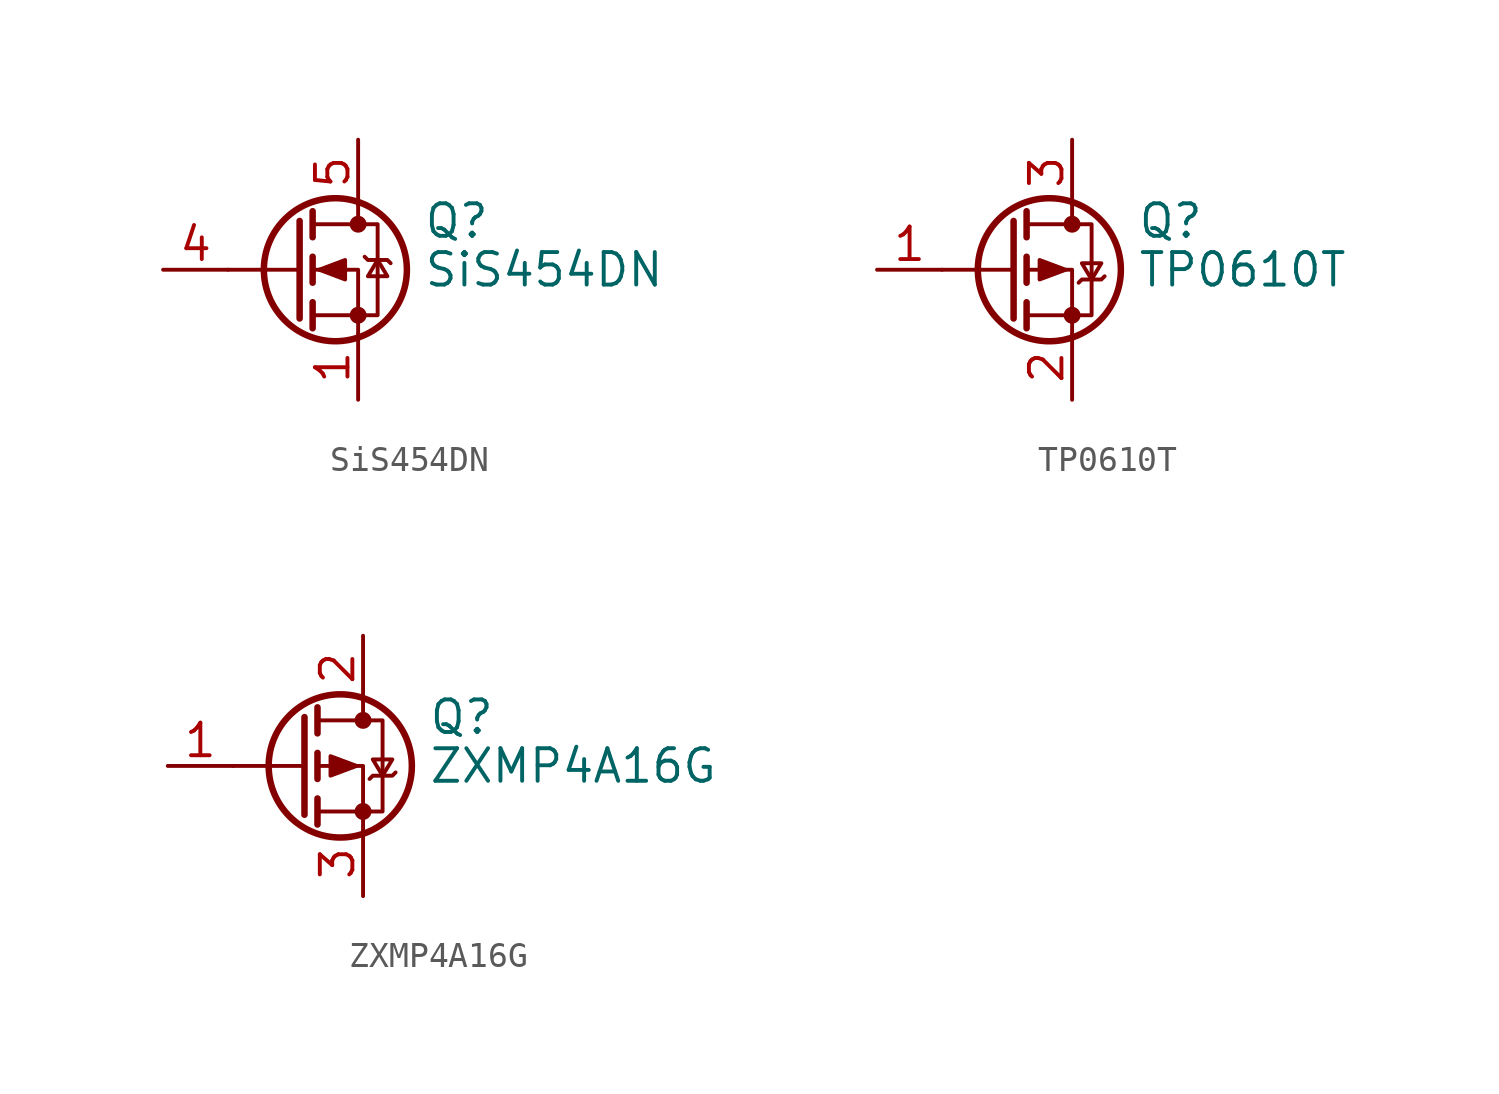
<source format=kicad_sym>
(kicad_symbol_lib
  (version 20220914)
  (generator kicad_symbol_editor)
  (symbol "SiS454DN"
    (pin_names hide)
    (property "Reference" "Q"
      (at 5.08 1.905 0)
      (effects (font (size 1.27 1.27)) (justify left)))
    (property "Value" "SiS454DN"
      (at 5.08 0 0)
      (effects (font (size 1.27 1.27)) (justify left)))
    (symbol "SiS454DN_0_1"
      (polyline (pts (xy 0.254 0) (xy -2.54 0)) (stroke (width 0) (type default)) (fill (type none)))
      (polyline (pts (xy 0.254 1.905) (xy 0.254 -1.905)) (stroke (width 0.254) (type default)) (fill (type none)))
      (polyline (pts (xy 0.762 -1.27) (xy 0.762 -2.286)) (stroke (width 0.254) (type default)) (fill (type none)))
      (polyline (pts (xy 0.762 0.508) (xy 0.762 -0.508)) (stroke (width 0.254) (type default)) (fill (type none)))
      (polyline (pts (xy 0.762 2.286) (xy 0.762 1.27)) (stroke (width 0.254) (type default)) (fill (type none)))
      (polyline (pts (xy 2.54 2.54) (xy 2.54 1.778)) (stroke (width 0) (type default)) (fill (type none)))
      (polyline (pts (xy 2.54 -2.54) (xy 2.54 0) (xy 0.762 0)) (stroke (width 0) (type default)) (fill (type none)))
      (polyline (pts (xy 0.762 -1.778) (xy 3.302 -1.778) (xy 3.302 1.778) (xy 0.762 1.778)) (stroke (width 0) (type default)) (fill (type none)))
      (polyline (pts (xy 1.016 0) (xy 2.032 0.381) (xy 2.032 -0.381) (xy 1.016 0)) (stroke (width 0) (type default)) (fill (type outline)))
      (polyline (pts (xy 2.794 0.508) (xy 2.921 0.381) (xy 3.683 0.381) (xy 3.81 0.254)) (stroke (width 0) (type default)) (fill (type none)))
      (polyline (pts (xy 3.302 0.381) (xy 2.921 -0.254) (xy 3.683 -0.254) (xy 3.302 0.381)) (stroke (width 0) (type default)) (fill (type none)))
      (circle (center 1.651 0) (radius 2.794) (stroke (width 0.254) (type default)) (fill (type none)))
      (circle (center 2.54 -1.778) (radius 0.254) (stroke (width 0) (type default)) (fill (type outline)))
      (circle (center 2.54 1.778) (radius 0.254) (stroke (width 0) (type default)) (fill (type outline))))
    (symbol "SiS454DN_1_1"
      (pin passive line (at 2.54 -5.08 90) (length 2.54) (name "S" (effects (font (size 1.27 1.27)))) (number "1" (effects (font (size 1.27 1.27)))))
      (pin passive line (at 2.54 -5.08 90) (length 2.54) hide (name "S" (effects (font (size 1.27 1.27)))) (number "2" (effects (font (size 1.27 1.27)))))
      (pin passive line (at 2.54 -5.08 90) (length 2.54) hide (name "S" (effects (font (size 1.27 1.27)))) (number "3" (effects (font (size 1.27 1.27)))))
      (pin input line (at -5.08 0 0) (length 2.54) (name "G" (effects (font (size 1.27 1.27)))) (number "4" (effects (font (size 1.27 1.27)))))
      (pin passive line (at 2.54 5.08 270) (length 2.54) (name "D" (effects (font (size 1.27 1.27)))) (number "5" (effects (font (size 1.27 1.27)))))))
  (symbol "TP0610T"
    (pin_names hide)
    (property "Reference" "Q"
      (at 5.08 1.905 0)
      (effects (font (size 1.27 1.27)) (justify left)))
    (property "Value" "TP0610T"
      (at 5.08 0 0)
      (effects (font (size 1.27 1.27)) (justify left)))
    (symbol "TP0610T_0_1"
      (polyline (pts (xy 0.254 0) (xy -2.54 0)) (stroke (width 0) (type default)) (fill (type none)))
      (polyline (pts (xy 0.254 1.905) (xy 0.254 -1.905)) (stroke (width 0.254) (type default)) (fill (type none)))
      (polyline (pts (xy 0.762 -1.27) (xy 0.762 -2.286)) (stroke (width 0.254) (type default)) (fill (type none)))
      (polyline (pts (xy 0.762 0.508) (xy 0.762 -0.508)) (stroke (width 0.254) (type default)) (fill (type none)))
      (polyline (pts (xy 0.762 2.286) (xy 0.762 1.27)) (stroke (width 0.254) (type default)) (fill (type none)))
      (polyline (pts (xy 2.54 2.54) (xy 2.54 1.778)) (stroke (width 0) (type default)) (fill (type none)))
      (polyline (pts (xy 2.54 -2.54) (xy 2.54 0) (xy 0.762 0)) (stroke (width 0) (type default)) (fill (type none)))
      (polyline (pts (xy 0.762 1.778) (xy 3.302 1.778) (xy 3.302 -1.778) (xy 0.762 -1.778)) (stroke (width 0) (type default)) (fill (type none)))
      (polyline (pts (xy 2.286 0) (xy 1.27 0.381) (xy 1.27 -0.381) (xy 2.286 0)) (stroke (width 0) (type default)) (fill (type outline)))
      (polyline (pts (xy 2.794 -0.508) (xy 2.921 -0.381) (xy 3.683 -0.381) (xy 3.81 -0.254)) (stroke (width 0) (type default)) (fill (type none)))
      (polyline (pts (xy 3.302 -0.381) (xy 2.921 0.254) (xy 3.683 0.254) (xy 3.302 -0.381)) (stroke (width 0) (type default)) (fill (type none)))
      (circle (center 1.651 0) (radius 2.794) (stroke (width 0.254) (type default)) (fill (type none)))
      (circle (center 2.54 -1.778) (radius 0.254) (stroke (width 0) (type default)) (fill (type outline)))
      (circle (center 2.54 1.778) (radius 0.254) (stroke (width 0) (type default)) (fill (type outline))))
    (symbol "TP0610T_1_1"
      (pin input line (at -5.08 0 0) (length 2.54) (name "G" (effects (font (size 1.27 1.27)))) (number "1" (effects (font (size 1.27 1.27)))))
      (pin passive line (at 2.54 -5.08 90) (length 2.54) (name "S" (effects (font (size 1.27 1.27)))) (number "2" (effects (font (size 1.27 1.27)))))
      (pin passive line (at 2.54 5.08 270) (length 2.54) (name "D" (effects (font (size 1.27 1.27)))) (number "3" (effects (font (size 1.27 1.27)))))))
  (symbol "ZXMP4A16G"
    (pin_names hide)
    (property "Reference" "Q"
      (at 5.08 1.905 0)
      (effects (font (size 1.27 1.27)) (justify left)))
    (property "Value" "ZXMP4A16G"
      (at 5.08 0 0)
      (effects (font (size 1.27 1.27)) (justify left)))
    (symbol "ZXMP4A16G_0_1"
      (polyline (pts (xy 0.254 0) (xy -2.54 0)) (stroke (width 0) (type default)) (fill (type none)))
      (polyline (pts (xy 0.254 1.905) (xy 0.254 -1.905)) (stroke (width 0.254) (type default)) (fill (type none)))
      (polyline (pts (xy 0.762 -1.27) (xy 0.762 -2.286)) (stroke (width 0.254) (type default)) (fill (type none)))
      (polyline (pts (xy 0.762 0.508) (xy 0.762 -0.508)) (stroke (width 0.254) (type default)) (fill (type none)))
      (polyline (pts (xy 0.762 2.286) (xy 0.762 1.27)) (stroke (width 0.254) (type default)) (fill (type none)))
      (polyline (pts (xy 2.54 2.54) (xy 2.54 1.778)) (stroke (width 0) (type default)) (fill (type none)))
      (polyline (pts (xy 2.54 -2.54) (xy 2.54 0) (xy 0.762 0)) (stroke (width 0) (type default)) (fill (type none)))
      (polyline (pts (xy 0.762 1.778) (xy 3.302 1.778) (xy 3.302 -1.778) (xy 0.762 -1.778)) (stroke (width 0) (type default)) (fill (type none)))
      (polyline (pts (xy 2.286 0) (xy 1.27 0.381) (xy 1.27 -0.381) (xy 2.286 0)) (stroke (width 0) (type default)) (fill (type outline)))
      (polyline (pts (xy 2.794 -0.508) (xy 2.921 -0.381) (xy 3.683 -0.381) (xy 3.81 -0.254)) (stroke (width 0) (type default)) (fill (type none)))
      (polyline (pts (xy 3.302 -0.381) (xy 2.921 0.254) (xy 3.683 0.254) (xy 3.302 -0.381)) (stroke (width 0) (type default)) (fill (type none)))
      (circle (center 1.651 0) (radius 2.794) (stroke (width 0.254) (type default)) (fill (type none)))
      (circle (center 2.54 -1.778) (radius 0.254) (stroke (width 0) (type default)) (fill (type outline)))
      (circle (center 2.54 1.778) (radius 0.254) (stroke (width 0) (type default)) (fill (type outline))))
    (symbol "ZXMP4A16G_1_1"
      (pin input line (at -5.08 0 0) (length 2.54) (name "G" (effects (font (size 1.27 1.27)))) (number "1" (effects (font (size 1.27 1.27)))))
      (pin passive line (at 2.54 5.08 270) (length 2.54) (name "D" (effects (font (size 1.27 1.27)))) (number "2" (effects (font (size 1.27 1.27)))))
      (pin passive line (at 2.54 -5.08 90) (length 2.54) (name "S" (effects (font (size 1.27 1.27)))) (number "3" (effects (font (size 1.27 1.27))))))))
</source>
